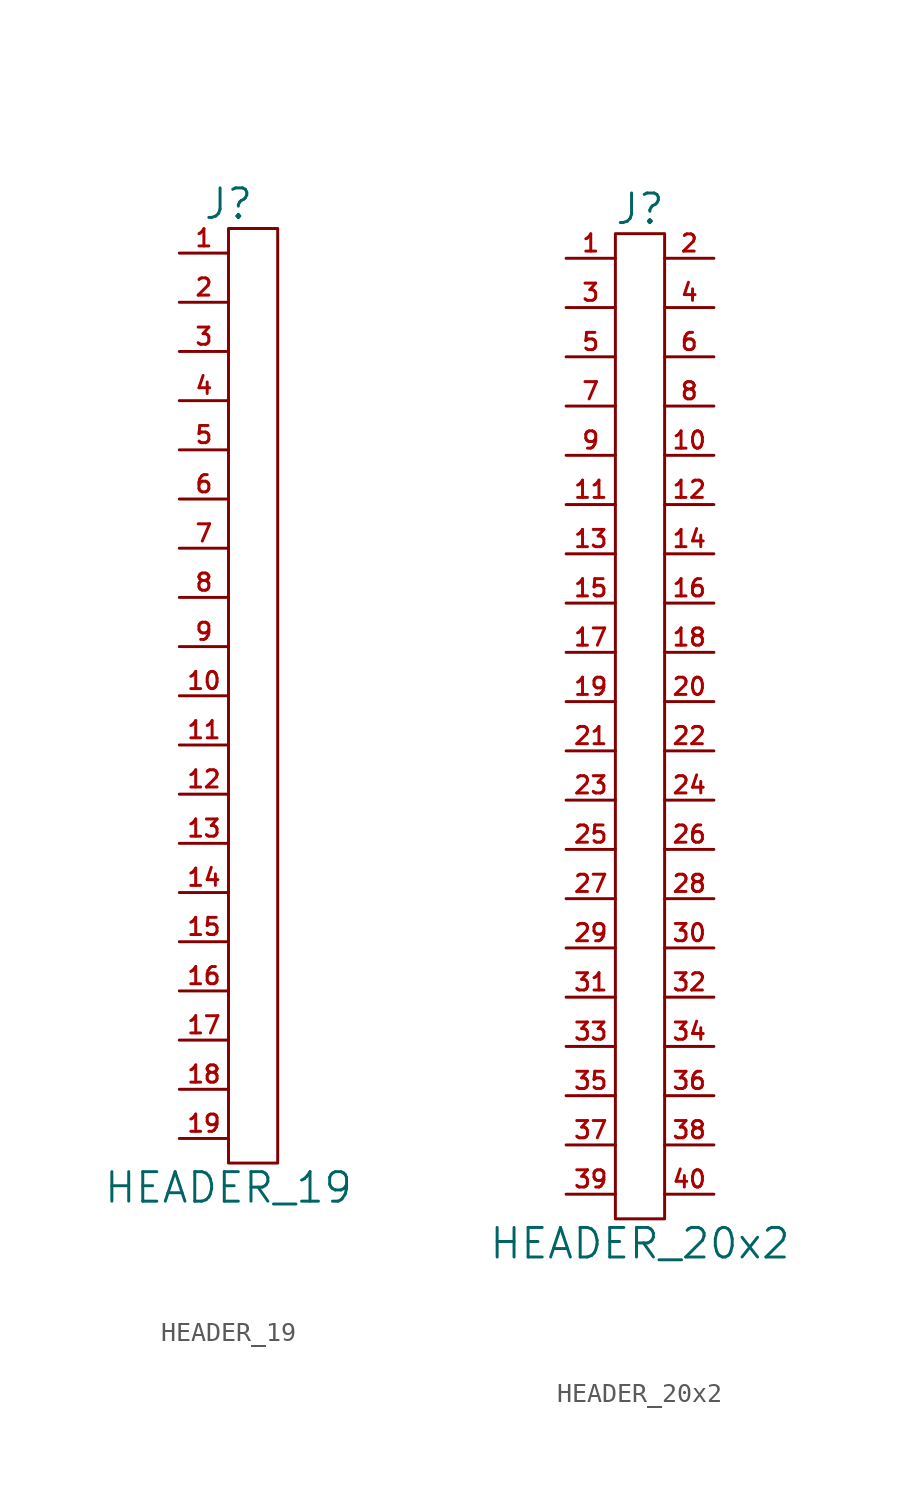
<source format=kicad_sym>
(kicad_symbol_lib
  (version 20211014)
  (generator kicad_symbol_editor)
  (symbol "HEADER_19"
    (pin_names
      (offset 0))
    (property "Reference" "J"
      (at 0 25.4 0)
      (effects (font (size 1.524 1.524))))
    (property "Value" "HEADER_19"
      (at 0 -25.4 0)
      (effects (font (size 1.524 1.524))))
    (property "Footprint" ""
      (at 0 0 0)
      (effects (font (size 1.524 1.524))))
    (property "Datasheet" ""
      (at 0 0 0)
      (effects (font (size 1.524 1.524))))
    (symbol "HEADER_19_0_1"
      (rectangle (start 0 24.13) (end 2.54 -24.13) (stroke (width 0) (type default) (color 0 0 0 0)) (fill (type none))))
    (symbol "HEADER_19_1_1"
      (pin passive line (at -2.54 22.86 0) (length 2.54) (name "~" (effects (font (size 0.889 0.889)))) (number "1" (effects (font (size 0.889 0.889)))))
      (pin passive line (at -2.54 0 0) (length 2.54) (name "~" (effects (font (size 1.27 1.27)))) (number "10" (effects (font (size 0.889 0.889)))))
      (pin passive line (at -2.54 -2.54 0) (length 2.54) (name "~" (effects (font (size 1.27 1.27)))) (number "11" (effects (font (size 0.889 0.889)))))
      (pin passive line (at -2.54 -5.08 0) (length 2.54) (name "~" (effects (font (size 1.27 1.27)))) (number "12" (effects (font (size 0.889 0.889)))))
      (pin passive line (at -2.54 -7.62 0) (length 2.54) (name "~" (effects (font (size 1.27 1.27)))) (number "13" (effects (font (size 0.889 0.889)))))
      (pin passive line (at -2.54 -10.16 0) (length 2.54) (name "~" (effects (font (size 1.27 1.27)))) (number "14" (effects (font (size 0.889 0.889)))))
      (pin passive line (at -2.54 -12.7 0) (length 2.54) (name "~" (effects (font (size 1.27 1.27)))) (number "15" (effects (font (size 0.889 0.889)))))
      (pin passive line (at -2.54 -15.24 0) (length 2.54) (name "~" (effects (font (size 1.27 1.27)))) (number "16" (effects (font (size 0.889 0.889)))))
      (pin passive line (at -2.54 -17.78 0) (length 2.54) (name "~" (effects (font (size 1.27 1.27)))) (number "17" (effects (font (size 0.889 0.889)))))
      (pin passive line (at -2.54 -20.32 0) (length 2.54) (name "~" (effects (font (size 1.27 1.27)))) (number "18" (effects (font (size 0.889 0.889)))))
      (pin passive line (at -2.54 -22.86 0) (length 2.54) (name "~" (effects (font (size 1.27 1.27)))) (number "19" (effects (font (size 0.889 0.889)))))
      (pin passive line (at -2.54 20.32 0) (length 2.54) (name "~" (effects (font (size 1.27 1.27)))) (number "2" (effects (font (size 0.889 0.889)))))
      (pin passive line (at -2.54 17.78 0) (length 2.54) (name "~" (effects (font (size 1.27 1.27)))) (number "3" (effects (font (size 0.889 0.889)))))
      (pin passive line (at -2.54 15.24 0) (length 2.54) (name "~" (effects (font (size 1.27 1.27)))) (number "4" (effects (font (size 0.889 0.889)))))
      (pin passive line (at -2.54 12.7 0) (length 2.54) (name "~" (effects (font (size 1.27 1.27)))) (number "5" (effects (font (size 0.889 0.889)))))
      (pin passive line (at -2.54 10.16 0) (length 2.54) (name "~" (effects (font (size 1.27 1.27)))) (number "6" (effects (font (size 0.889 0.889)))))
      (pin passive line (at -2.54 7.62 0) (length 2.54) (name "~" (effects (font (size 1.27 1.27)))) (number "7" (effects (font (size 0.889 0.889)))))
      (pin passive line (at -2.54 5.08 0) (length 2.54) (name "~" (effects (font (size 1.27 1.27)))) (number "8" (effects (font (size 0.889 0.889)))))
      (pin passive line (at -2.54 2.54 0) (length 2.54) (name "~" (effects (font (size 1.27 1.27)))) (number "9" (effects (font (size 0.889 0.889)))))))
  (symbol "HEADER_20x2"
    (pin_names
      (offset 0))
    (property "Reference" "J"
      (at 0 26.67 0)
      (effects (font (size 1.524 1.524))))
    (property "Value" "HEADER_20x2"
      (at 0 -26.67 0)
      (effects (font (size 1.524 1.524))))
    (property "Footprint" ""
      (at 0 0 0)
      (effects (font (size 1.524 1.524))))
    (property "Datasheet" ""
      (at 0 0 0)
      (effects (font (size 1.524 1.524))))
    (symbol "HEADER_20x2_0_1"
      (rectangle (start 1.27 25.4) (end -1.27 -25.4) (stroke (width 0) (type default) (color 0 0 0 0)) (fill (type none))))
    (symbol "HEADER_20x2_1_1"
      (pin passive line (at -3.81 24.13 0) (length 2.54) (name "~" (effects (font (size 0.889 0.889)))) (number "1" (effects (font (size 0.889 0.889)))))
      (pin passive line (at 3.81 13.97 180) (length 2.54) (name "~" (effects (font (size 1.27 1.27)))) (number "10" (effects (font (size 0.889 0.889)))))
      (pin passive line (at -3.81 11.43 0) (length 2.54) (name "~" (effects (font (size 1.27 1.27)))) (number "11" (effects (font (size 0.889 0.889)))))
      (pin passive line (at 3.81 11.43 180) (length 2.54) (name "~" (effects (font (size 1.27 1.27)))) (number "12" (effects (font (size 0.889 0.889)))))
      (pin passive line (at -3.81 8.89 0) (length 2.54) (name "~" (effects (font (size 1.27 1.27)))) (number "13" (effects (font (size 0.889 0.889)))))
      (pin passive line (at 3.81 8.89 180) (length 2.54) (name "~" (effects (font (size 1.27 1.27)))) (number "14" (effects (font (size 0.889 0.889)))))
      (pin passive line (at -3.81 6.35 0) (length 2.54) (name "~" (effects (font (size 1.27 1.27)))) (number "15" (effects (font (size 0.889 0.889)))))
      (pin passive line (at 3.81 6.35 180) (length 2.54) (name "~" (effects (font (size 1.27 1.27)))) (number "16" (effects (font (size 0.889 0.889)))))
      (pin passive line (at -3.81 3.81 0) (length 2.54) (name "~" (effects (font (size 1.27 1.27)))) (number "17" (effects (font (size 0.889 0.889)))))
      (pin passive line (at 3.81 3.81 180) (length 2.54) (name "~" (effects (font (size 1.27 1.27)))) (number "18" (effects (font (size 0.889 0.889)))))
      (pin passive line (at -3.81 1.27 0) (length 2.54) (name "~" (effects (font (size 1.27 1.27)))) (number "19" (effects (font (size 0.889 0.889)))))
      (pin passive line (at 3.81 24.13 180) (length 2.54) (name "~" (effects (font (size 1.27 1.27)))) (number "2" (effects (font (size 0.889 0.889)))))
      (pin passive line (at 3.81 1.27 180) (length 2.54) (name "~" (effects (font (size 1.27 1.27)))) (number "20" (effects (font (size 0.889 0.889)))))
      (pin passive line (at -3.81 -1.27 0) (length 2.54) (name "~" (effects (font (size 1.27 1.27)))) (number "21" (effects (font (size 0.889 0.889)))))
      (pin passive line (at 3.81 -1.27 180) (length 2.54) (name "~" (effects (font (size 1.27 1.27)))) (number "22" (effects (font (size 0.889 0.889)))))
      (pin passive line (at -3.81 -3.81 0) (length 2.54) (name "~" (effects (font (size 1.27 1.27)))) (number "23" (effects (font (size 0.889 0.889)))))
      (pin passive line (at 3.81 -3.81 180) (length 2.54) (name "~" (effects (font (size 1.27 1.27)))) (number "24" (effects (font (size 0.889 0.889)))))
      (pin passive line (at -3.81 -6.35 0) (length 2.54) (name "~" (effects (font (size 1.27 1.27)))) (number "25" (effects (font (size 0.889 0.889)))))
      (pin passive line (at 3.81 -6.35 180) (length 2.54) (name "~" (effects (font (size 1.27 1.27)))) (number "26" (effects (font (size 0.889 0.889)))))
      (pin passive line (at -3.81 -8.89 0) (length 2.54) (name "~" (effects (font (size 1.27 1.27)))) (number "27" (effects (font (size 0.889 0.889)))))
      (pin passive line (at 3.81 -8.89 180) (length 2.54) (name "~" (effects (font (size 1.27 1.27)))) (number "28" (effects (font (size 0.889 0.889)))))
      (pin passive line (at -3.81 -11.43 0) (length 2.54) (name "~" (effects (font (size 1.27 1.27)))) (number "29" (effects (font (size 0.889 0.889)))))
      (pin passive line (at -3.81 21.59 0) (length 2.54) (name "~" (effects (font (size 1.27 1.27)))) (number "3" (effects (font (size 0.889 0.889)))))
      (pin passive line (at 3.81 -11.43 180) (length 2.54) (name "~" (effects (font (size 1.27 1.27)))) (number "30" (effects (font (size 0.889 0.889)))))
      (pin passive line (at -3.81 -13.97 0) (length 2.54) (name "~" (effects (font (size 1.27 1.27)))) (number "31" (effects (font (size 0.889 0.889)))))
      (pin passive line (at 3.81 -13.97 180) (length 2.54) (name "~" (effects (font (size 1.27 1.27)))) (number "32" (effects (font (size 0.889 0.889)))))
      (pin passive line (at -3.81 -16.51 0) (length 2.54) (name "~" (effects (font (size 1.27 1.27)))) (number "33" (effects (font (size 0.889 0.889)))))
      (pin passive line (at 3.81 -16.51 180) (length 2.54) (name "~" (effects (font (size 1.27 1.27)))) (number "34" (effects (font (size 0.889 0.889)))))
      (pin passive line (at -3.81 -19.05 0) (length 2.54) (name "~" (effects (font (size 1.27 1.27)))) (number "35" (effects (font (size 0.889 0.889)))))
      (pin passive line (at 3.81 -19.05 180) (length 2.54) (name "~" (effects (font (size 1.27 1.27)))) (number "36" (effects (font (size 0.889 0.889)))))
      (pin passive line (at -3.81 -21.59 0) (length 2.54) (name "~" (effects (font (size 1.27 1.27)))) (number "37" (effects (font (size 0.889 0.889)))))
      (pin passive line (at 3.81 -21.59 180) (length 2.54) (name "~" (effects (font (size 1.27 1.27)))) (number "38" (effects (font (size 0.889 0.889)))))
      (pin passive line (at -3.81 -24.13 0) (length 2.54) (name "~" (effects (font (size 1.27 1.27)))) (number "39" (effects (font (size 0.889 0.889)))))
      (pin passive line (at 3.81 21.59 180) (length 2.54) (name "~" (effects (font (size 1.27 1.27)))) (number "4" (effects (font (size 0.889 0.889)))))
      (pin passive line (at 3.81 -24.13 180) (length 2.54) (name "~" (effects (font (size 1.27 1.27)))) (number "40" (effects (font (size 0.889 0.889)))))
      (pin passive line (at -3.81 19.05 0) (length 2.54) (name "~" (effects (font (size 1.27 1.27)))) (number "5" (effects (font (size 0.889 0.889)))))
      (pin passive line (at 3.81 19.05 180) (length 2.54) (name "~" (effects (font (size 1.27 1.27)))) (number "6" (effects (font (size 0.889 0.889)))))
      (pin passive line (at -3.81 16.51 0) (length 2.54) (name "~" (effects (font (size 1.27 1.27)))) (number "7" (effects (font (size 0.889 0.889)))))
      (pin passive line (at 3.81 16.51 180) (length 2.54) (name "~" (effects (font (size 1.27 1.27)))) (number "8" (effects (font (size 0.889 0.889)))))
      (pin passive line (at -3.81 13.97 0) (length 2.54) (name "~" (effects (font (size 1.27 1.27)))) (number "9" (effects (font (size 0.889 0.889))))))))
</source>
